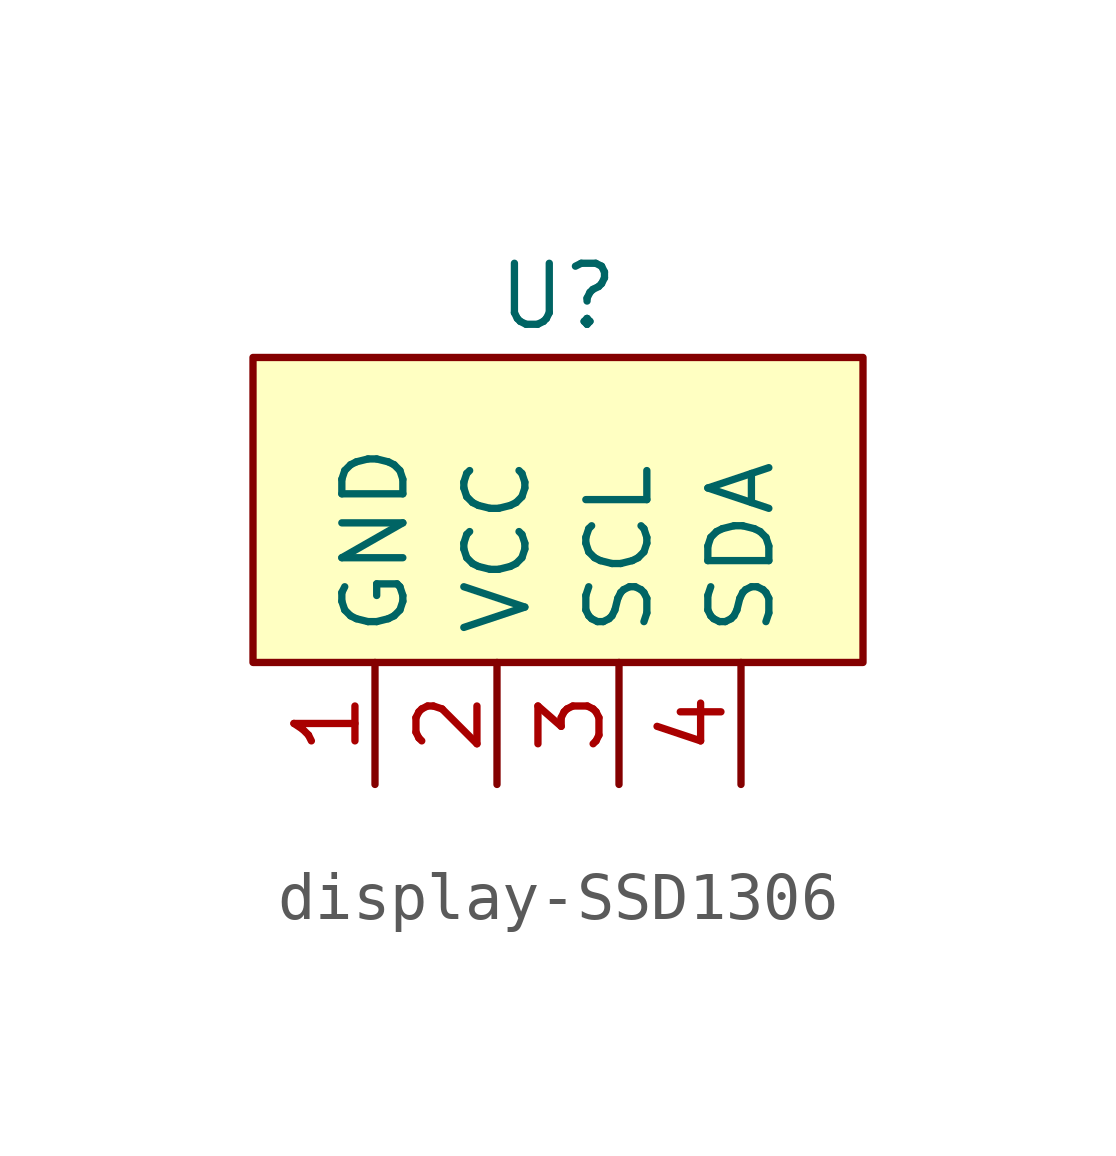
<source format=kicad_sym>
(kicad_symbol_lib
  (version 20241209)
  (generator "kicad_symbol_editor")
  (generator_version "9.0")
  (symbol "display-SSD1306"
    (property "Reference" "U"
      (at 0 1.27 0)
      (effects (font (size 1.27 1.27))))
    (property "Value" ""
      (at 0 0 0)
      (effects (font (size 1.27 1.27))))
    (symbol "display-SSD1306_1_1"
      (rectangle (start -6.35 0) (end 6.35 -6.35) (stroke (width 0) (type solid)) (fill (type background)))
      (pin passive line (at -3.81 -8.89 90) (length 2.54) (name "GND" (effects (font (size 1.27 1.27)))) (number "1" (effects (font (size 1.27 1.27)))))
      (pin passive line (at -1.27 -8.89 90) (length 2.54) (name "VCC" (effects (font (size 1.27 1.27)))) (number "2" (effects (font (size 1.27 1.27)))))
      (pin passive line (at 1.27 -8.89 90) (length 2.54) (name "SCL" (effects (font (size 1.27 1.27)))) (number "3" (effects (font (size 1.27 1.27)))))
      (pin passive line (at 3.81 -8.89 90) (length 2.54) (name "SDA" (effects (font (size 1.27 1.27)))) (number "4" (effects (font (size 1.27 1.27))))))))
</source>
